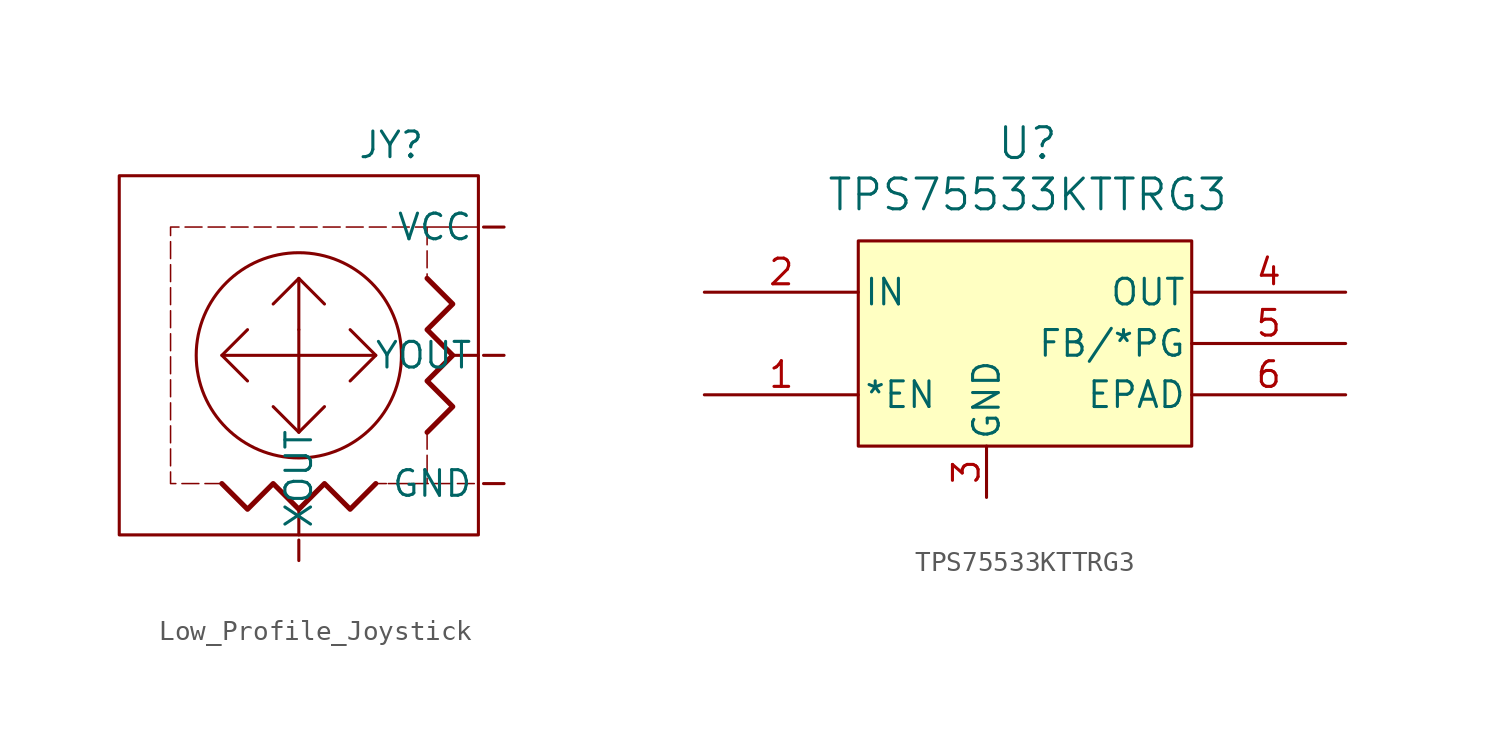
<source format=kicad_sym>
(kicad_symbol_lib
  (version 20241209)
  (generator "kicad_symbol_editor")
  (generator_version "9.0")
  (symbol "Low_Profile_Joystick"
    (property "Reference" "JY"
      (at 4.572 10.414 0)
      (effects (font (size 1.27 1.27))))
    (property "Value" ""
      (at 0 0 0)
      (effects (font (size 1.27 1.27))))
    (symbol "Low_Profile_Joystick_0_1"
      (rectangle (start -8.89 8.89) (end 8.89 -8.89) (stroke (width 0) (type default)) (fill (type none)))
      (polyline (pts (xy -3.81 0) (xy 3.81 0)) (stroke (width 0) (type default)) (fill (type none)))
      (polyline (pts (xy -2.54 1.27) (xy -3.81 0) (xy -2.54 -1.27)) (stroke (width 0) (type default)) (fill (type none)))
      (polyline (pts (xy -1.27 2.54) (xy 0 3.81) (xy 1.27 2.54)) (stroke (width 0) (type default)) (fill (type none)))
      (polyline (pts (xy -1.27 -2.54) (xy 0 -3.81) (xy 1.27 -2.54)) (stroke (width 0) (type default)) (fill (type none)))
      (polyline (pts (xy 0 3.81) (xy 0 -3.81)) (stroke (width 0) (type default)) (fill (type none)))
      (polyline (pts (xy 0 1.27) (xy 0 1.27)) (stroke (width 0) (type default)) (fill (type none)))
      (circle (center 0 0) (radius 5.08) (stroke (width 0) (type default)) (fill (type none)))
      (polyline (pts (xy 0 -8.89) (xy 0 -7.62)) (stroke (width 0) (type default)) (fill (type none)))
      (polyline (pts (xy 2.54 1.27) (xy 3.81 0) (xy 2.54 -1.27)) (stroke (width 0) (type default)) (fill (type none)))
      (polyline (pts (xy 8.89 0) (xy 7.62 0)) (stroke (width 0) (type default)) (fill (type none))))
    (symbol "Low_Profile_Joystick_1_1"
      (polyline (pts (xy -3.81 -6.35) (xy -6.35 -6.35) (xy -6.35 6.35) (xy 8.89 6.35) (xy 6.35 6.35) (xy 6.35 3.81)) (stroke (width 0.076) (type dash)) (fill (type none)))
      (polyline (pts (xy 3.81 -6.35) (xy 2.54 -7.62) (xy 1.27 -6.35) (xy 0 -7.62) (xy -1.27 -6.35) (xy -2.54 -7.62) (xy -3.81 -6.35)) (stroke (width 0.254) (type solid)) (fill (type none)))
      (polyline (pts (xy 6.35 3.81) (xy 7.62 2.54) (xy 6.35 1.27) (xy 7.62 0) (xy 6.35 -1.27) (xy 7.62 -2.54) (xy 6.35 -3.81)) (stroke (width 0.254) (type solid)) (fill (type none)))
      (polyline (pts (xy 6.35 -3.81) (xy 6.35 -6.35) (xy 3.81 -6.35) (xy 8.89 -6.35)) (stroke (width 0.076) (type dash)) (fill (type none)))
      (pin input line (at 0 -10.16 90) (length 1.016) (name "XOUT" (effects (font (size 1.27 1.27)))) (number "" (effects (font (size 1.27 1.27)))))
      (pin input line (at 10.16 6.35 180) (length 1.016) (name "VCC" (effects (font (size 1.27 1.27)))) (number "" (effects (font (size 1.27 1.27)))))
      (pin input line (at 10.16 0 180) (length 1.016) (name "YOUT" (effects (font (size 1.27 1.27)))) (number "" (effects (font (size 1.27 1.27)))))
      (pin input line (at 10.16 -6.35 180) (length 1.016) (name "GND" (effects (font (size 1.27 1.27)))) (number "" (effects (font (size 1.27 1.27)))))))
  (symbol "TPS75533KTTRG3"
    (pin_names
      (offset 0.254))
    (property "Reference" "U"
      (at 16.002 4.826 0)
      (effects (font (size 1.524 1.524))))
    (property "Value" "TPS75533KTTRG3"
      (at 16.002 2.286 0)
      (effects (font (size 1.524 1.524))))
    (property "ki_locked" ""
      (at 0 0 0)
      (effects (font (size 1.27 1.27))))
    (symbol "TPS75533KTTRG3_0_1"
      (pin input line (at 0 -2.54 0) (length 7.62) (name "IN" (effects (font (size 1.27 1.27)))) (number "2" (effects (font (size 1.27 1.27)))))
      (pin unspecified line (at 0 -7.62 0) (length 7.62) (name "*EN" (effects (font (size 1.27 1.27)))) (number "1" (effects (font (size 1.27 1.27)))))
      (pin power_in line (at 13.97 -12.7 90) (length 2.54) (name "GND" (effects (font (size 1.27 1.27)))) (number "3" (effects (font (size 1.27 1.27)))))
      (pin unspecified line (at 31.75 -5.08 180) (length 7.62) (name "FB/*PG" (effects (font (size 1.27 1.27)))) (number "5" (effects (font (size 1.27 1.27)))))
      (pin unspecified line (at 31.75 -7.62 180) (length 7.62) (name "EPAD" (effects (font (size 1.27 1.27)))) (number "6" (effects (font (size 1.27 1.27))))))
    (symbol "TPS75533KTTRG3_1_1"
      (rectangle (start 7.62 0) (end 24.13 -10.16) (stroke (width 0) (type default)) (fill (type color) (color 255 255 194 1)))
      (pin output line (at 31.75 -2.54 180) (length 7.62) (name "OUT" (effects (font (size 1.27 1.27)))) (number "4" (effects (font (size 1.27 1.27))))))))
</source>
